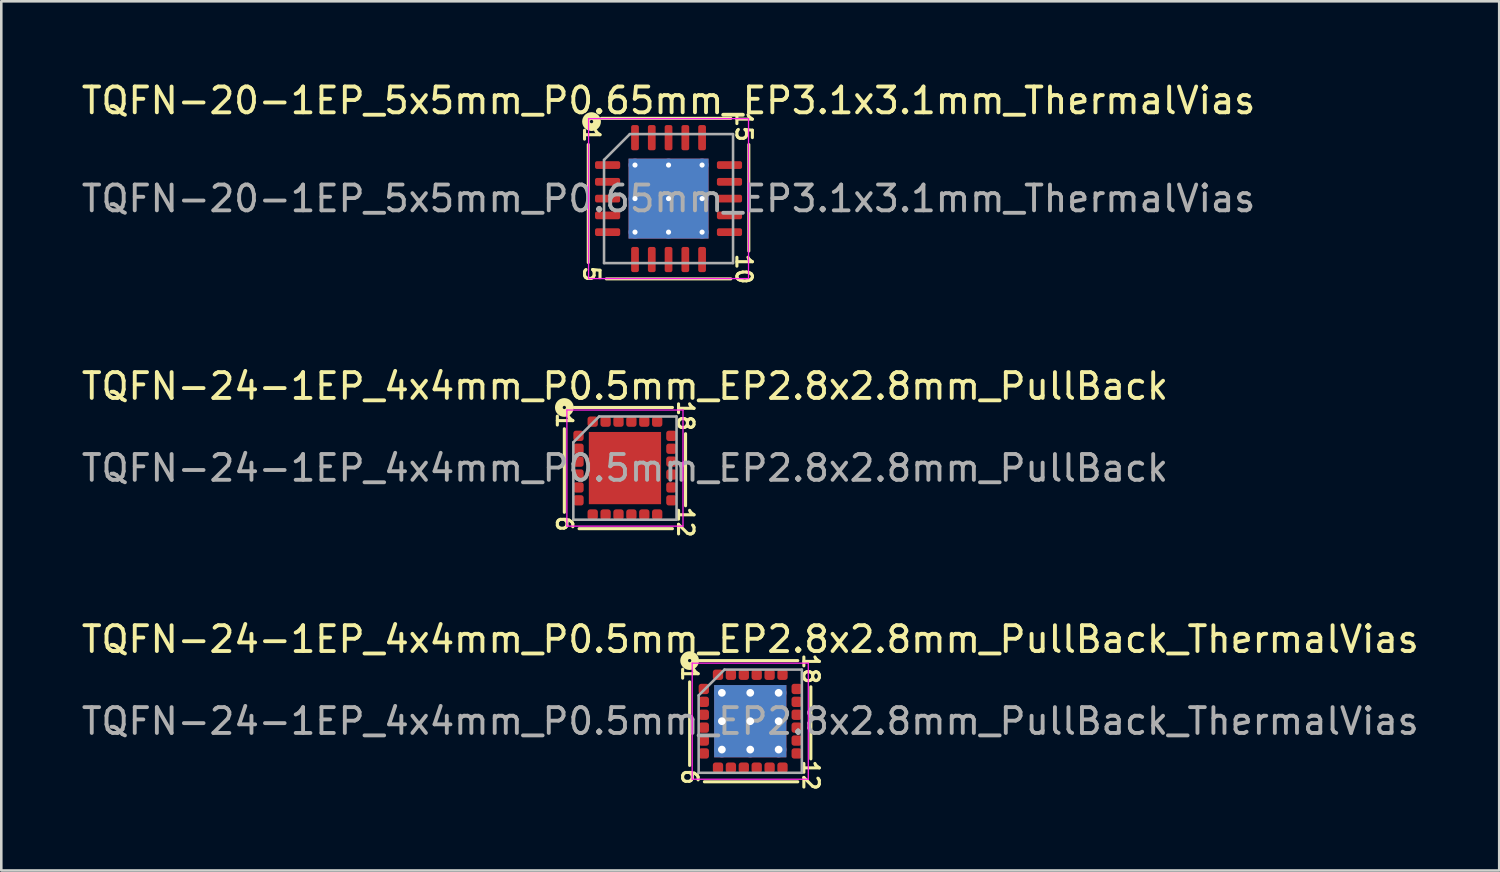
<source format=kicad_pcb>
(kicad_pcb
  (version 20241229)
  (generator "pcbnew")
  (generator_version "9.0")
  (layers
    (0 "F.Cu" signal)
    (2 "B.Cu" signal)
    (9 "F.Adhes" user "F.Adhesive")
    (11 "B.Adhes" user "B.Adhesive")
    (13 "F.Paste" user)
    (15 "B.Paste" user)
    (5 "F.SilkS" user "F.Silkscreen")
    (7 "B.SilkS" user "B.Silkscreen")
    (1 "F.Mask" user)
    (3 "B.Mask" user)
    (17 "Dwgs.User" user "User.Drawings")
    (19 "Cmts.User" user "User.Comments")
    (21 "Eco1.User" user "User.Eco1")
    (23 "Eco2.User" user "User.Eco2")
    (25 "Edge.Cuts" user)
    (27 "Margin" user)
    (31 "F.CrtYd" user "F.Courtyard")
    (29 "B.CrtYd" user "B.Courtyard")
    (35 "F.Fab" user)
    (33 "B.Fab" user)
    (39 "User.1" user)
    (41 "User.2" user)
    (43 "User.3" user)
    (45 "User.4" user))
  (footprint "TQFN-20-1EP_5x5mm_P0.65mm_EP3.1x3.1mm_ThermalVias"
    (layer "F.Cu")
    (at 22.863 4.648)
    (property "Reference" "TQFN-20-1EP_5x5mm_P0.65mm_EP3.1x3.1mm_ThermalVias" (at 0 -3.8 0) (layer "F.SilkS") (effects (font (size 1 1) (thickness 0.15))))
    (attr smd)
    (fp_line (start -3.111 -2.095) (end -3.111 2.477) (stroke (width 0.12) (type solid)) (layer "F.SilkS"))
    (fp_line (start -2.413 3.111) (end 2.413 3.111) (stroke (width 0.12) (type solid)) (layer "F.SilkS"))
    (fp_line (start 2.413 -3.111) (end -2.603 -3.111) (stroke (width 0.12) (type solid)) (layer "F.SilkS"))
    (fp_line (start 3.111 2.032) (end 3.111 -2.095) (stroke (width 0.12) (type solid)) (layer "F.SilkS"))
    (fp_circle (center -2.985 -2.985) (end -2.921 -2.985) (stroke (width 0.3) (type solid)) (fill no) (layer "F.SilkS"))
    (fp_line (start -3.1 -3.1) (end -3.1 3.1) (stroke (width 0.05) (type solid)) (layer "F.CrtYd"))
    (fp_line (start -3.1 3.1) (end 3.1 3.1) (stroke (width 0.05) (type solid)) (layer "F.CrtYd"))
    (fp_line (start 3.1 -3.1) (end -3.1 -3.1) (stroke (width 0.05) (type solid)) (layer "F.CrtYd"))
    (fp_line (start 3.1 3.1) (end 3.1 -3.1) (stroke (width 0.05) (type solid)) (layer "F.CrtYd"))
    (fp_line (start -2.5 -1.5) (end -1.5 -2.5) (stroke (width 0.1) (type solid)) (layer "F.Fab"))
    (fp_line (start -2.5 2.5) (end -2.5 -1.5) (stroke (width 0.1) (type solid)) (layer "F.Fab"))
    (fp_line (start -1.5 -2.5) (end 2.5 -2.5) (stroke (width 0.1) (type solid)) (layer "F.Fab"))
    (fp_line (start 2.5 -2.5) (end 2.5 2.5) (stroke (width 0.1) (type solid)) (layer "F.Fab"))
    (fp_line (start 2.5 2.5) (end -2.5 2.5) (stroke (width 0.1) (type solid)) (layer "F.Fab"))
    (fp_text user "10" (at 2.921 2.731 270) (unlocked yes) (layer "F.SilkS") (effects (font (size 0.6 0.6) (thickness 0.12))))
    (fp_text user "15" (at 2.921 -2.794 270) (unlocked yes) (layer "F.SilkS") (effects (font (size 0.6 0.6) (thickness 0.12))))
    (fp_text user "1" (at -2.985 -2.477 270) (unlocked yes) (layer "F.SilkS") (effects (font (size 0.6 0.6) (thickness 0.12))))
    (fp_text user "5" (at -2.985 2.921 270) (unlocked yes) (layer "F.SilkS") (effects (font (size 0.6 0.6) (thickness 0.12))))
    (fp_text user "${REFERENCE}" (at 0 0 0) (layer "F.Fab") (effects (font (size 1 1) (thickness 0.15))))
    (pad "" smd roundrect (at -0.775 -0.775) (size 1.34 1.34) (layers "F.Paste") (roundrect_rratio 0.187))
    (pad "" smd roundrect (at -0.775 0.775) (size 1.34 1.34) (layers "F.Paste") (roundrect_rratio 0.187))
    (pad "" smd roundrect (at 0.775 -0.775) (size 1.34 1.34) (layers "F.Paste") (roundrect_rratio 0.187))
    (pad "" smd roundrect (at 0.775 0.775) (size 1.34 1.34) (layers "F.Paste") (roundrect_rratio 0.187))
    (pad "1" smd roundrect (at -2.362 -1.3) (size 0.975 0.3) (layers "F.Cu" "F.Mask" "F.Paste") (roundrect_rratio 0.25))
    (pad "2" smd roundrect (at -2.362 -0.65) (size 0.975 0.3) (layers "F.Cu" "F.Mask" "F.Paste") (roundrect_rratio 0.25))
    (pad "3" smd roundrect (at -2.362 0) (size 0.975 0.3) (layers "F.Cu" "F.Mask" "F.Paste") (roundrect_rratio 0.25))
    (pad "4" smd roundrect (at -2.362 0.65) (size 0.975 0.3) (layers "F.Cu" "F.Mask" "F.Paste") (roundrect_rratio 0.25))
    (pad "5" smd roundrect (at -2.362 1.3) (size 0.975 0.3) (layers "F.Cu" "F.Mask" "F.Paste") (roundrect_rratio 0.25))
    (pad "6" smd roundrect (at -1.3 2.362) (size 0.3 0.975) (layers "F.Cu" "F.Mask" "F.Paste") (roundrect_rratio 0.25))
    (pad "7" smd roundrect (at -0.65 2.362) (size 0.3 0.975) (layers "F.Cu" "F.Mask" "F.Paste") (roundrect_rratio 0.25))
    (pad "8" smd roundrect (at 0 2.362) (size 0.3 0.975) (layers "F.Cu" "F.Mask" "F.Paste") (roundrect_rratio 0.25))
    (pad "9" smd roundrect (at 0.65 2.362) (size 0.3 0.975) (layers "F.Cu" "F.Mask" "F.Paste") (roundrect_rratio 0.25))
    (pad "10" smd roundrect (at 1.3 2.362) (size 0.3 0.975) (layers "F.Cu" "F.Mask" "F.Paste") (roundrect_rratio 0.25))
    (pad "11" smd roundrect (at 2.362 1.3) (size 0.975 0.3) (layers "F.Cu" "F.Mask" "F.Paste") (roundrect_rratio 0.25))
    (pad "12" smd roundrect (at 2.362 0.65) (size 0.975 0.3) (layers "F.Cu" "F.Mask" "F.Paste") (roundrect_rratio 0.25))
    (pad "13" smd roundrect (at 2.362 0) (size 0.975 0.3) (layers "F.Cu" "F.Mask" "F.Paste") (roundrect_rratio 0.25))
    (pad "14" smd roundrect (at 2.362 -0.65) (size 0.975 0.3) (layers "F.Cu" "F.Mask" "F.Paste") (roundrect_rratio 0.25))
    (pad "15" smd roundrect (at 2.362 -1.3) (size 0.975 0.3) (layers "F.Cu" "F.Mask" "F.Paste") (roundrect_rratio 0.25))
    (pad "16" smd roundrect (at 1.3 -2.362) (size 0.3 0.975) (layers "F.Cu" "F.Mask" "F.Paste") (roundrect_rratio 0.25))
    (pad "17" smd roundrect (at 0.65 -2.362) (size 0.3 0.975) (layers "F.Cu" "F.Mask" "F.Paste") (roundrect_rratio 0.25))
    (pad "18" smd roundrect (at 0 -2.362) (size 0.3 0.975) (layers "F.Cu" "F.Mask" "F.Paste") (roundrect_rratio 0.25))
    (pad "19" smd roundrect (at -0.65 -2.362) (size 0.3 0.975) (layers "F.Cu" "F.Mask" "F.Paste") (roundrect_rratio 0.25))
    (pad "20" smd roundrect (at -1.3 -2.362) (size 0.3 0.975) (layers "F.Cu" "F.Mask" "F.Paste") (roundrect_rratio 0.25))
    (pad "21" thru_hole circle (at -1.3 -1.3) (size 0.5 0.5) (drill 0.2) (layers "*.Cu"))
    (pad "21" thru_hole circle (at -1.3 0) (size 0.5 0.5) (drill 0.2) (layers "*.Cu"))
    (pad "21" thru_hole circle (at -1.3 1.3) (size 0.5 0.5) (drill 0.2) (layers "*.Cu"))
    (pad "21" thru_hole circle (at 0 -1.3) (size 0.5 0.5) (drill 0.2) (layers "*.Cu"))
    (pad "21" thru_hole circle (at 0 0) (size 0.5 0.5) (drill 0.2) (layers "*.Cu"))
    (pad "21" smd rect (at 0 0) (size 3.1 3.1) (layers "F.Cu" "F.Mask"))
    (pad "21" smd rect (at 0 0) (size 3.1 3.1) (layers "B.Cu" "B.Mask"))
    (pad "21" thru_hole circle (at 0 1.3) (size 0.5 0.5) (drill 0.2) (layers "*.Cu"))
    (pad "21" thru_hole circle (at 1.3 -1.3) (size 0.5 0.5) (drill 0.2) (layers "*.Cu"))
    (pad "21" thru_hole circle (at 1.3 0) (size 0.5 0.5) (drill 0.2) (layers "*.Cu"))
    (pad "21" thru_hole circle (at 1.3 1.3) (size 0.5 0.5) (drill 0.2) (layers "*.Cu")))
  (footprint "TQFN-24-1EP_4x4mm_P0.5mm_EP2.8x2.8mm_PullBack"
    (layer "F.Cu")
    (at 21.173 15.093)
    (property "Reference" "TQFN-24-1EP_4x4mm_P0.5mm_EP2.8x2.8mm_PullBack" (at 0 -3.175 0) (layer "F.SilkS") (effects (font (size 1 1) (thickness 0.15))))
    (attr smd)
    (fp_line (start -2.349 -1.524) (end -2.349 1.714) (stroke (width 0.12) (type solid)) (layer "F.SilkS"))
    (fp_line (start -1.778 2.349) (end 1.841 2.349) (stroke (width 0.12) (type solid)) (layer "F.SilkS"))
    (fp_line (start 1.841 -2.349) (end -1.968 -2.349) (stroke (width 0.12) (type solid)) (layer "F.SilkS"))
    (fp_line (start 2.349 1.46) (end 2.349 -1.333) (stroke (width 0.12) (type solid)) (layer "F.SilkS"))
    (fp_circle (center -2.349 -2.349) (end -2.286 -2.349) (stroke (width 0.3) (type solid)) (fill no) (layer "F.SilkS"))
    (fp_line (start -2.25 -2.25) (end -2.25 2.25) (stroke (width 0.05) (type solid)) (layer "F.CrtYd"))
    (fp_line (start -2.25 2.25) (end 2.25 2.25) (stroke (width 0.05) (type solid)) (layer "F.CrtYd"))
    (fp_line (start 2.25 -2.25) (end -2.25 -2.25) (stroke (width 0.05) (type solid)) (layer "F.CrtYd"))
    (fp_line (start 2.25 2.25) (end 2.25 -2.25) (stroke (width 0.05) (type solid)) (layer "F.CrtYd"))
    (fp_line (start -2 -1) (end -1 -2) (stroke (width 0.1) (type solid)) (layer "F.Fab"))
    (fp_line (start -2 2) (end -2 -1) (stroke (width 0.1) (type solid)) (layer "F.Fab"))
    (fp_line (start -1 -2) (end 2 -2) (stroke (width 0.1) (type solid)) (layer "F.Fab"))
    (fp_line (start 2 -2) (end 2 2) (stroke (width 0.1) (type solid)) (layer "F.Fab"))
    (fp_line (start 2 2) (end -2 2) (stroke (width 0.1) (type solid)) (layer "F.Fab"))
    (fp_text user "6" (at -2.349 2.159 270) (unlocked yes) (layer "F.SilkS") (effects (font (size 0.6 0.6) (thickness 0.12))))
    (fp_text user "1" (at -2.349 -1.841 270) (unlocked yes) (layer "F.SilkS") (effects (font (size 0.6 0.6) (thickness 0.12))))
    (fp_text user "12" (at 2.349 2.095 270) (unlocked yes) (layer "F.SilkS") (effects (font (size 0.6 0.6) (thickness 0.12))))
    (fp_text user "18" (at 2.349 -2.032 270) (unlocked yes) (layer "F.SilkS") (effects (font (size 0.6 0.6) (thickness 0.12))))
    (fp_text user "${REFERENCE}" (at 0 0 0) (layer "F.Fab") (effects (font (size 1 1) (thickness 0.15))))
    (pad "" smd roundrect (at -0.7 -0.7) (size 1.13 1.13) (layers "F.Paste") (roundrect_rratio 0.221))
    (pad "" smd roundrect (at -0.7 0.7) (size 1.13 1.13) (layers "F.Paste") (roundrect_rratio 0.221))
    (pad "" smd roundrect (at 0.7 -0.7) (size 1.13 1.13) (layers "F.Paste") (roundrect_rratio 0.221))
    (pad "" smd roundrect (at 0.7 0.7) (size 1.13 1.13) (layers "F.Paste") (roundrect_rratio 0.221))
    (pad "1" smd roundrect (at -1.8 -1.25) (size 0.4 0.4) (layers "F.Cu" "F.Mask" "F.Paste") (roundrect_rratio 0.25))
    (pad "2" smd roundrect (at -1.8 -0.75) (size 0.4 0.4) (layers "F.Cu" "F.Mask" "F.Paste") (roundrect_rratio 0.25))
    (pad "3" smd roundrect (at -1.8 -0.25) (size 0.4 0.4) (layers "F.Cu" "F.Mask" "F.Paste") (roundrect_rratio 0.25))
    (pad "4" smd roundrect (at -1.8 0.25) (size 0.4 0.4) (layers "F.Cu" "F.Mask" "F.Paste") (roundrect_rratio 0.25))
    (pad "5" smd roundrect (at -1.8 0.75) (size 0.4 0.4) (layers "F.Cu" "F.Mask" "F.Paste") (roundrect_rratio 0.25))
    (pad "6" smd roundrect (at -1.8 1.25) (size 0.4 0.4) (layers "F.Cu" "F.Mask" "F.Paste") (roundrect_rratio 0.25))
    (pad "7" smd roundrect (at -1.25 1.8) (size 0.4 0.4) (layers "F.Cu" "F.Mask" "F.Paste") (roundrect_rratio 0.25))
    (pad "8" smd roundrect (at -0.75 1.8) (size 0.4 0.4) (layers "F.Cu" "F.Mask" "F.Paste") (roundrect_rratio 0.25))
    (pad "9" smd roundrect (at -0.25 1.8) (size 0.4 0.4) (layers "F.Cu" "F.Mask" "F.Paste") (roundrect_rratio 0.25))
    (pad "10" smd roundrect (at 0.25 1.8) (size 0.4 0.4) (layers "F.Cu" "F.Mask" "F.Paste") (roundrect_rratio 0.25))
    (pad "11" smd roundrect (at 0.75 1.8) (size 0.4 0.4) (layers "F.Cu" "F.Mask" "F.Paste") (roundrect_rratio 0.25))
    (pad "12" smd roundrect (at 1.25 1.8) (size 0.4 0.4) (layers "F.Cu" "F.Mask" "F.Paste") (roundrect_rratio 0.25))
    (pad "13" smd roundrect (at 1.8 1.25) (size 0.4 0.4) (layers "F.Cu" "F.Mask" "F.Paste") (roundrect_rratio 0.25))
    (pad "14" smd roundrect (at 1.8 0.75) (size 0.4 0.4) (layers "F.Cu" "F.Mask" "F.Paste") (roundrect_rratio 0.25))
    (pad "15" smd roundrect (at 1.8 0.25) (size 0.4 0.4) (layers "F.Cu" "F.Mask" "F.Paste") (roundrect_rratio 0.25))
    (pad "16" smd roundrect (at 1.8 -0.25) (size 0.4 0.4) (layers "F.Cu" "F.Mask" "F.Paste") (roundrect_rratio 0.25))
    (pad "17" smd roundrect (at 1.8 -0.75) (size 0.4 0.4) (layers "F.Cu" "F.Mask" "F.Paste") (roundrect_rratio 0.25))
    (pad "18" smd roundrect (at 1.8 -1.25) (size 0.4 0.4) (layers "F.Cu" "F.Mask" "F.Paste") (roundrect_rratio 0.25))
    (pad "19" smd roundrect (at 1.25 -1.8) (size 0.4 0.4) (layers "F.Cu" "F.Mask" "F.Paste") (roundrect_rratio 0.25))
    (pad "20" smd roundrect (at 0.75 -1.8) (size 0.4 0.4) (layers "F.Cu" "F.Mask" "F.Paste") (roundrect_rratio 0.25))
    (pad "21" smd roundrect (at 0.25 -1.8) (size 0.4 0.4) (layers "F.Cu" "F.Mask" "F.Paste") (roundrect_rratio 0.25))
    (pad "22" smd roundrect (at -0.25 -1.8) (size 0.4 0.4) (layers "F.Cu" "F.Mask" "F.Paste") (roundrect_rratio 0.25))
    (pad "23" smd roundrect (at -0.75 -1.8) (size 0.4 0.4) (layers "F.Cu" "F.Mask" "F.Paste") (roundrect_rratio 0.25))
    (pad "24" smd roundrect (at -1.25 -1.8) (size 0.4 0.4) (layers "F.Cu" "F.Mask" "F.Paste") (roundrect_rratio 0.25))
    (pad "25" smd rect (at 0 0) (size 2.8 2.8) (layers "F.Cu" "F.Mask")))
  (footprint "TQFN-24-1EP_4x4mm_P0.5mm_EP2.8x2.8mm_PullBack_ThermalVias"
    (layer "F.Cu")
    (at 26.03 24.904)
    (property "Reference" "TQFN-24-1EP_4x4mm_P0.5mm_EP2.8x2.8mm_PullBack_ThermalVias" (at 0 -3.175 0) (layer "F.SilkS") (effects (font (size 1 1) (thickness 0.15))))
    (attr smd)
    (fp_line (start -2.349 -1.524) (end -2.349 1.714) (stroke (width 0.12) (type solid)) (layer "F.SilkS"))
    (fp_line (start -1.778 2.349) (end 1.841 2.349) (stroke (width 0.12) (type solid)) (layer "F.SilkS"))
    (fp_line (start 1.841 -2.349) (end -1.968 -2.349) (stroke (width 0.12) (type solid)) (layer "F.SilkS"))
    (fp_line (start 2.349 1.46) (end 2.349 -1.333) (stroke (width 0.12) (type solid)) (layer "F.SilkS"))
    (fp_circle (center -2.349 -2.349) (end -2.286 -2.349) (stroke (width 0.3) (type solid)) (fill no) (layer "F.SilkS"))
    (fp_line (start -2.25 -2.25) (end -2.25 2.25) (stroke (width 0.05) (type solid)) (layer "F.CrtYd"))
    (fp_line (start -2.25 2.25) (end 2.25 2.25) (stroke (width 0.05) (type solid)) (layer "F.CrtYd"))
    (fp_line (start 2.25 -2.25) (end -2.25 -2.25) (stroke (width 0.05) (type solid)) (layer "F.CrtYd"))
    (fp_line (start 2.25 2.25) (end 2.25 -2.25) (stroke (width 0.05) (type solid)) (layer "F.CrtYd"))
    (fp_line (start -2 -1) (end -1 -2) (stroke (width 0.1) (type solid)) (layer "F.Fab"))
    (fp_line (start -2 2) (end -2 -1) (stroke (width 0.1) (type solid)) (layer "F.Fab"))
    (fp_line (start -1 -2) (end 2 -2) (stroke (width 0.1) (type solid)) (layer "F.Fab"))
    (fp_line (start 2 -2) (end 2 2) (stroke (width 0.1) (type solid)) (layer "F.Fab"))
    (fp_line (start 2 2) (end -2 2) (stroke (width 0.1) (type solid)) (layer "F.Fab"))
    (fp_text user "12" (at 2.349 2.095 270) (unlocked yes) (layer "F.SilkS") (effects (font (size 0.6 0.6) (thickness 0.12))))
    (fp_text user "1" (at -2.349 -1.841 270) (unlocked yes) (layer "F.SilkS") (effects (font (size 0.6 0.6) (thickness 0.12))))
    (fp_text user "18" (at 2.349 -2.032 270) (unlocked yes) (layer "F.SilkS") (effects (font (size 0.6 0.6) (thickness 0.12))))
    (fp_text user "6" (at -2.349 2.159 270) (unlocked yes) (layer "F.SilkS") (effects (font (size 0.6 0.6) (thickness 0.12))))
    (fp_text user "${REFERENCE}" (at 0 0 0) (layer "F.Fab") (effects (font (size 1 1) (thickness 0.15))))
    (pad "" smd roundrect (at -0.7 -0.7) (size 1.13 1.13) (layers "F.Paste") (roundrect_rratio 0.221))
    (pad "" smd roundrect (at -0.7 0.7) (size 1.13 1.13) (layers "F.Paste") (roundrect_rratio 0.221))
    (pad "" smd roundrect (at 0.7 -0.7) (size 1.13 1.13) (layers "F.Paste") (roundrect_rratio 0.221))
    (pad "" smd roundrect (at 0.7 0.7) (size 1.13 1.13) (layers "F.Paste") (roundrect_rratio 0.221))
    (pad "1" smd roundrect (at -1.8 -1.25) (size 0.4 0.4) (layers "F.Cu" "F.Mask" "F.Paste") (roundrect_rratio 0.25))
    (pad "2" smd roundrect (at -1.8 -0.75) (size 0.4 0.4) (layers "F.Cu" "F.Mask" "F.Paste") (roundrect_rratio 0.25))
    (pad "3" smd roundrect (at -1.8 -0.25) (size 0.4 0.4) (layers "F.Cu" "F.Mask" "F.Paste") (roundrect_rratio 0.25))
    (pad "4" smd roundrect (at -1.8 0.25) (size 0.4 0.4) (layers "F.Cu" "F.Mask" "F.Paste") (roundrect_rratio 0.25))
    (pad "5" smd roundrect (at -1.8 0.75) (size 0.4 0.4) (layers "F.Cu" "F.Mask" "F.Paste") (roundrect_rratio 0.25))
    (pad "6" smd roundrect (at -1.8 1.25) (size 0.4 0.4) (layers "F.Cu" "F.Mask" "F.Paste") (roundrect_rratio 0.25))
    (pad "7" smd roundrect (at -1.25 1.8) (size 0.4 0.4) (layers "F.Cu" "F.Mask" "F.Paste") (roundrect_rratio 0.25))
    (pad "8" smd roundrect (at -0.75 1.8) (size 0.4 0.4) (layers "F.Cu" "F.Mask" "F.Paste") (roundrect_rratio 0.25))
    (pad "9" smd roundrect (at -0.25 1.8) (size 0.4 0.4) (layers "F.Cu" "F.Mask" "F.Paste") (roundrect_rratio 0.25))
    (pad "10" smd roundrect (at 0.25 1.8) (size 0.4 0.4) (layers "F.Cu" "F.Mask" "F.Paste") (roundrect_rratio 0.25))
    (pad "11" smd roundrect (at 0.75 1.8) (size 0.4 0.4) (layers "F.Cu" "F.Mask" "F.Paste") (roundrect_rratio 0.25))
    (pad "12" smd roundrect (at 1.25 1.8) (size 0.4 0.4) (layers "F.Cu" "F.Mask" "F.Paste") (roundrect_rratio 0.25))
    (pad "13" smd roundrect (at 1.8 1.25) (size 0.4 0.4) (layers "F.Cu" "F.Mask" "F.Paste") (roundrect_rratio 0.25))
    (pad "14" smd roundrect (at 1.8 0.75) (size 0.4 0.4) (layers "F.Cu" "F.Mask" "F.Paste") (roundrect_rratio 0.25))
    (pad "15" smd roundrect (at 1.8 0.25) (size 0.4 0.4) (layers "F.Cu" "F.Mask" "F.Paste") (roundrect_rratio 0.25))
    (pad "16" smd roundrect (at 1.8 -0.25) (size 0.4 0.4) (layers "F.Cu" "F.Mask" "F.Paste") (roundrect_rratio 0.25))
    (pad "17" smd roundrect (at 1.8 -0.75) (size 0.4 0.4) (layers "F.Cu" "F.Mask" "F.Paste") (roundrect_rratio 0.25))
    (pad "18" smd roundrect (at 1.8 -1.25) (size 0.4 0.4) (layers "F.Cu" "F.Mask" "F.Paste") (roundrect_rratio 0.25))
    (pad "19" smd roundrect (at 1.25 -1.8) (size 0.4 0.4) (layers "F.Cu" "F.Mask" "F.Paste") (roundrect_rratio 0.25))
    (pad "20" smd roundrect (at 0.75 -1.8) (size 0.4 0.4) (layers "F.Cu" "F.Mask" "F.Paste") (roundrect_rratio 0.25))
    (pad "21" smd roundrect (at 0.25 -1.8) (size 0.4 0.4) (layers "F.Cu" "F.Mask" "F.Paste") (roundrect_rratio 0.25))
    (pad "22" smd roundrect (at -0.25 -1.8) (size 0.4 0.4) (layers "F.Cu" "F.Mask" "F.Paste") (roundrect_rratio 0.25))
    (pad "23" smd roundrect (at -0.75 -1.8) (size 0.4 0.4) (layers "F.Cu" "F.Mask" "F.Paste") (roundrect_rratio 0.25))
    (pad "24" smd roundrect (at -1.25 -1.8) (size 0.4 0.4) (layers "F.Cu" "F.Mask" "F.Paste") (roundrect_rratio 0.25))
    (pad "25" thru_hole circle (at -1.1 -1.1) (size 0.6 0.6) (drill 0.3) (layers "*.Cu"))
    (pad "25" thru_hole circle (at -1.1 0) (size 0.6 0.6) (drill 0.3) (layers "*.Cu"))
    (pad "25" thru_hole circle (at -1.1 1.1) (size 0.6 0.6) (drill 0.3) (layers "*.Cu"))
    (pad "25" thru_hole circle (at 0 -1.1) (size 0.6 0.6) (drill 0.3) (layers "*.Cu"))
    (pad "25" thru_hole circle (at 0 0) (size 0.6 0.6) (drill 0.3) (layers "*.Cu"))
    (pad "25" smd rect (at 0 0) (size 2.8 2.8) (layers "F.Cu" "F.Mask"))
    (pad "25" smd rect (at 0 0) (size 2.8 2.8) (layers "B.Cu" "B.Mask"))
    (pad "25" thru_hole circle (at 0 1.1) (size 0.6 0.6) (drill 0.3) (layers "*.Cu"))
    (pad "25" thru_hole circle (at 1.1 -1.1) (size 0.6 0.6) (drill 0.3) (layers "*.Cu"))
    (pad "25" thru_hole circle (at 1.1 0) (size 0.6 0.6) (drill 0.3) (layers "*.Cu"))
    (pad "25" thru_hole circle (at 1.1 1.1) (size 0.6 0.6) (drill 0.3) (layers "*.Cu")))
  (gr_rect
    (start -3 -3)
    (end 55.06 30.691)
    (stroke (width 0.1) (type default))
    (fill no)
    (layer "Edge.Cuts")))
</source>
